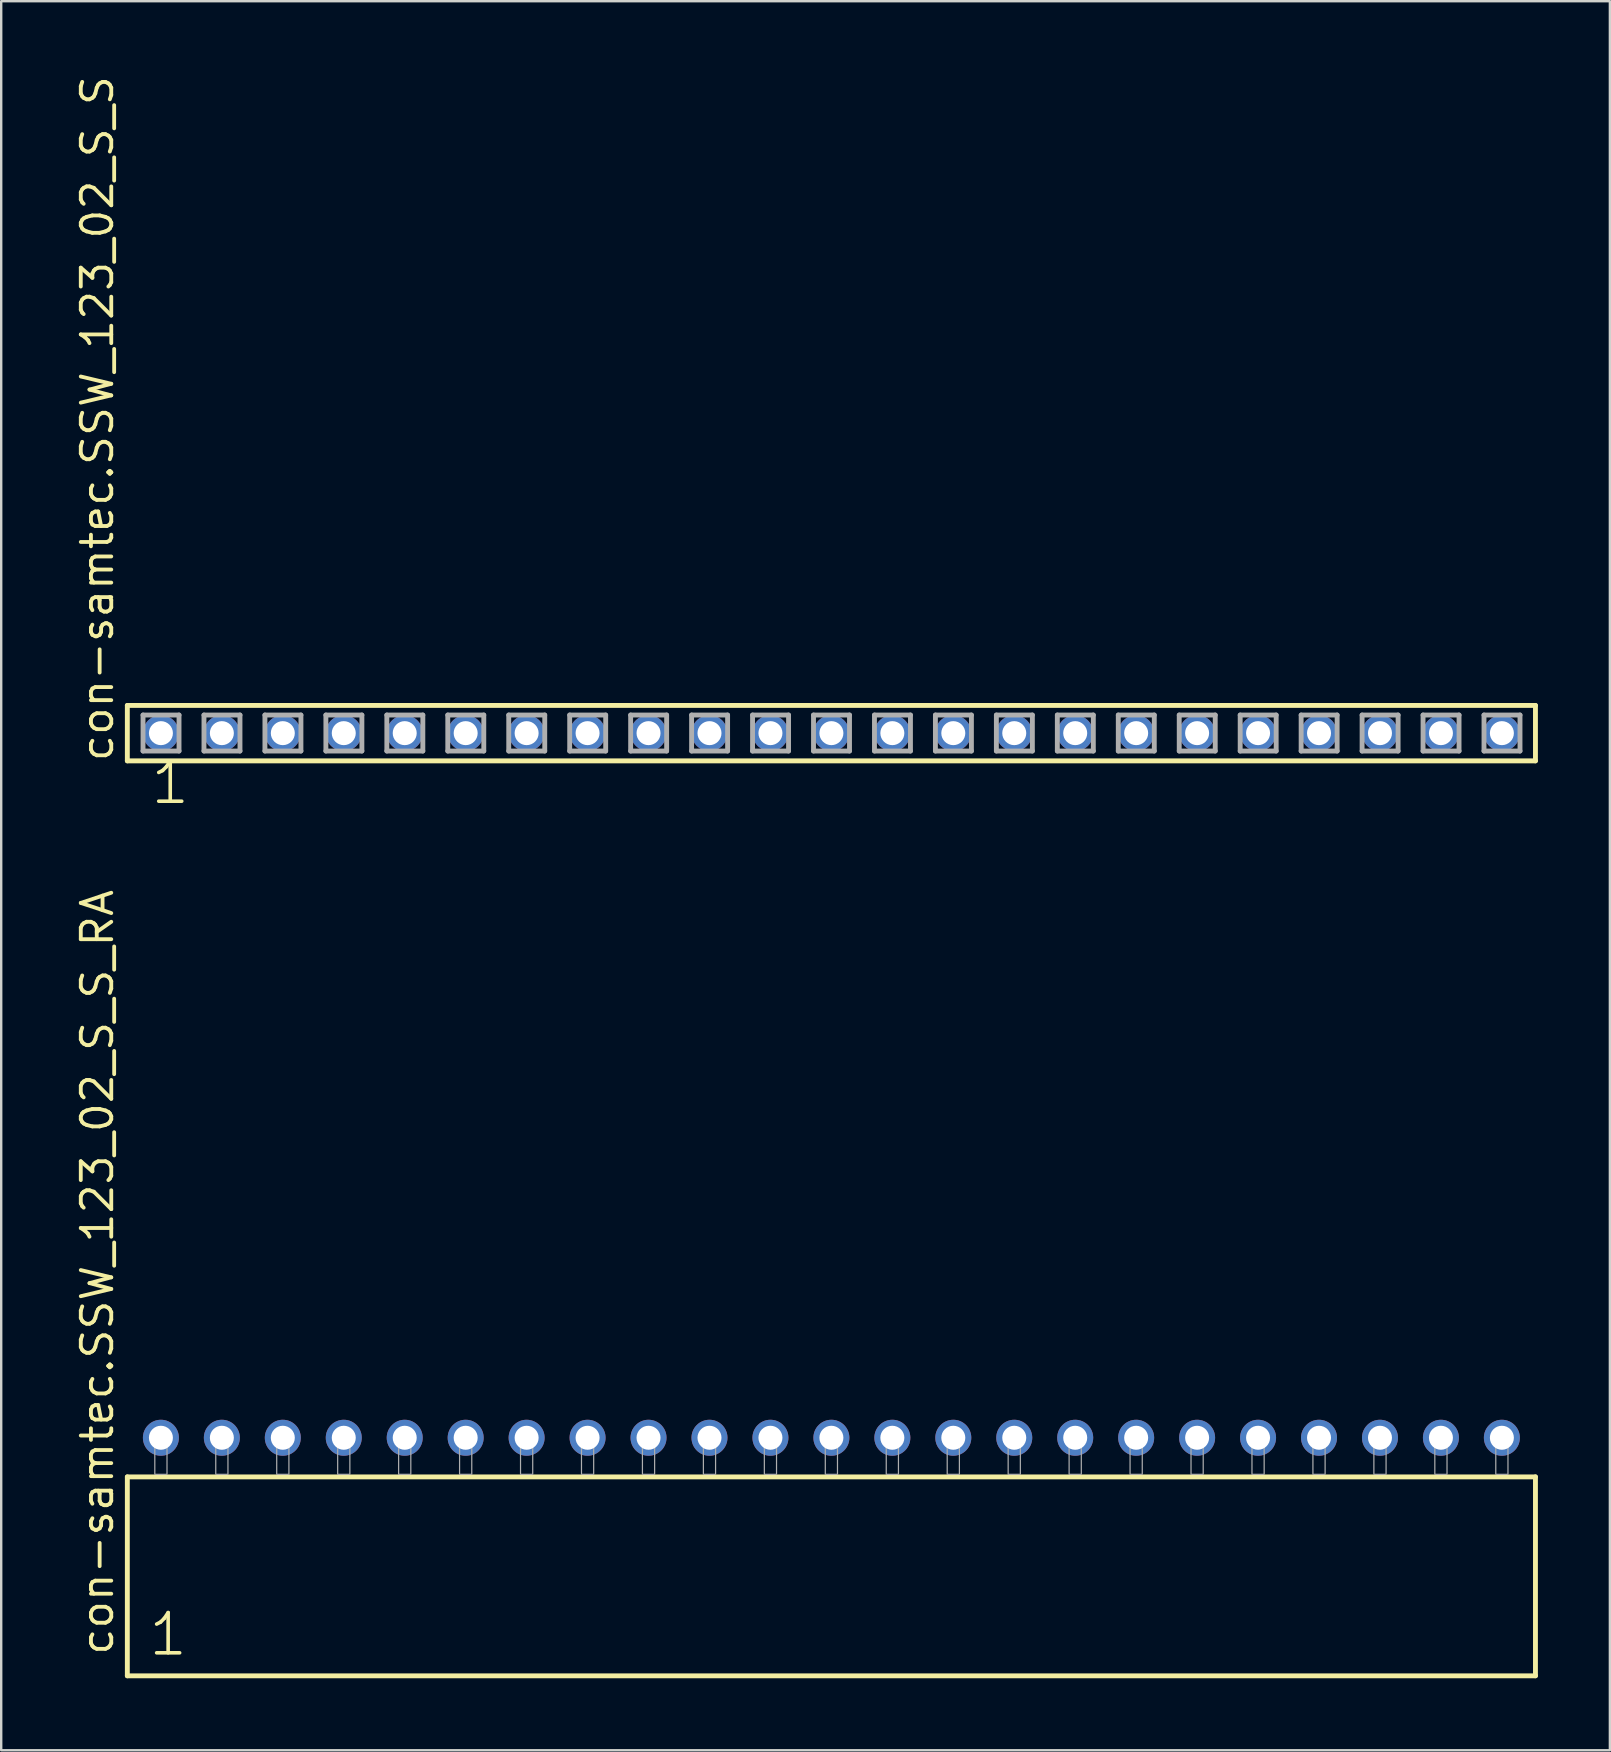
<source format=kicad_pcb>
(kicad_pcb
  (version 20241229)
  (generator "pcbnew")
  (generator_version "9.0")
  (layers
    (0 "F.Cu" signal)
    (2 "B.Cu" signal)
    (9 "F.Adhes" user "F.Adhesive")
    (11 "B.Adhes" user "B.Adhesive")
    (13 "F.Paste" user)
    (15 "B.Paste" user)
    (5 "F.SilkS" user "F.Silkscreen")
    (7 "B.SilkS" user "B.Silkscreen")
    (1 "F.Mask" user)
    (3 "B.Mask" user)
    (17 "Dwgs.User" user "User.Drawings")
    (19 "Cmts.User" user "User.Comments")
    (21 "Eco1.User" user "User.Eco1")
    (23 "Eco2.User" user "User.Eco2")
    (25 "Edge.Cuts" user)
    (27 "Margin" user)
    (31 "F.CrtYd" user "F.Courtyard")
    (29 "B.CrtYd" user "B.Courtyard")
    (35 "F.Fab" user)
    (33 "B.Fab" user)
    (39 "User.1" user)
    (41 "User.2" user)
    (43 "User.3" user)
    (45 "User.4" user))
  (footprint "con-samtec.SSW_123_02_S_S"
    (layer "F.Cu")
    (at 31.595 27.501)
    (property "Reference" "con-samtec.SSW_123_02_S_S" (at -29.845 1.27 90) (layer "F.SilkS") (effects (font (size 1.27 1.27) (thickness 0.16)) (justify left bottom)))
    (attr through_hole)
    (fp_line (start -29.339 -1.155) (end 29.339 -1.155) (stroke (width 0.203) (type default)) (layer "F.SilkS"))
    (fp_line (start -29.339 1.155) (end -29.339 -1.155) (stroke (width 0.203) (type default)) (layer "F.SilkS"))
    (fp_line (start 29.339 -1.155) (end 29.339 1.155) (stroke (width 0.203) (type default)) (layer "F.SilkS"))
    (fp_line (start 29.339 1.155) (end -29.339 1.155) (stroke (width 0.203) (type default)) (layer "F.SilkS"))
    (fp_line (start -28.685 -0.755) (end -27.185 -0.755) (stroke (width 0.203) (type default)) (layer "F.Fab"))
    (fp_line (start -28.685 0.745) (end -28.685 -0.755) (stroke (width 0.203) (type default)) (layer "F.Fab"))
    (fp_line (start -27.185 -0.755) (end -27.185 0.745) (stroke (width 0.203) (type default)) (layer "F.Fab"))
    (fp_line (start -27.185 0.745) (end -28.685 0.745) (stroke (width 0.203) (type default)) (layer "F.Fab"))
    (fp_line (start -26.145 -0.755) (end -24.645 -0.755) (stroke (width 0.203) (type default)) (layer "F.Fab"))
    (fp_line (start -26.145 0.745) (end -26.145 -0.755) (stroke (width 0.203) (type default)) (layer "F.Fab"))
    (fp_line (start -24.645 -0.755) (end -24.645 0.745) (stroke (width 0.203) (type default)) (layer "F.Fab"))
    (fp_line (start -24.645 0.745) (end -26.145 0.745) (stroke (width 0.203) (type default)) (layer "F.Fab"))
    (fp_line (start -23.605 -0.755) (end -22.105 -0.755) (stroke (width 0.203) (type default)) (layer "F.Fab"))
    (fp_line (start -23.605 0.745) (end -23.605 -0.755) (stroke (width 0.203) (type default)) (layer "F.Fab"))
    (fp_line (start -22.105 -0.755) (end -22.105 0.745) (stroke (width 0.203) (type default)) (layer "F.Fab"))
    (fp_line (start -22.105 0.745) (end -23.605 0.745) (stroke (width 0.203) (type default)) (layer "F.Fab"))
    (fp_line (start -21.065 -0.755) (end -19.565 -0.755) (stroke (width 0.203) (type default)) (layer "F.Fab"))
    (fp_line (start -21.065 0.745) (end -21.065 -0.755) (stroke (width 0.203) (type default)) (layer "F.Fab"))
    (fp_line (start -19.565 -0.755) (end -19.565 0.745) (stroke (width 0.203) (type default)) (layer "F.Fab"))
    (fp_line (start -19.565 0.745) (end -21.065 0.745) (stroke (width 0.203) (type default)) (layer "F.Fab"))
    (fp_line (start -18.525 -0.755) (end -17.025 -0.755) (stroke (width 0.203) (type default)) (layer "F.Fab"))
    (fp_line (start -18.525 0.745) (end -18.525 -0.755) (stroke (width 0.203) (type default)) (layer "F.Fab"))
    (fp_line (start -17.025 -0.755) (end -17.025 0.745) (stroke (width 0.203) (type default)) (layer "F.Fab"))
    (fp_line (start -17.025 0.745) (end -18.525 0.745) (stroke (width 0.203) (type default)) (layer "F.Fab"))
    (fp_line (start -15.985 -0.755) (end -14.485 -0.755) (stroke (width 0.203) (type default)) (layer "F.Fab"))
    (fp_line (start -15.985 0.745) (end -15.985 -0.755) (stroke (width 0.203) (type default)) (layer "F.Fab"))
    (fp_line (start -14.485 -0.755) (end -14.485 0.745) (stroke (width 0.203) (type default)) (layer "F.Fab"))
    (fp_line (start -14.485 0.745) (end -15.985 0.745) (stroke (width 0.203) (type default)) (layer "F.Fab"))
    (fp_line (start -13.445 -0.755) (end -11.945 -0.755) (stroke (width 0.203) (type default)) (layer "F.Fab"))
    (fp_line (start -13.445 0.745) (end -13.445 -0.755) (stroke (width 0.203) (type default)) (layer "F.Fab"))
    (fp_line (start -11.945 -0.755) (end -11.945 0.745) (stroke (width 0.203) (type default)) (layer "F.Fab"))
    (fp_line (start -11.945 0.745) (end -13.445 0.745) (stroke (width 0.203) (type default)) (layer "F.Fab"))
    (fp_line (start -10.905 -0.755) (end -9.405 -0.755) (stroke (width 0.203) (type default)) (layer "F.Fab"))
    (fp_line (start -10.905 0.745) (end -10.905 -0.755) (stroke (width 0.203) (type default)) (layer "F.Fab"))
    (fp_line (start -9.405 -0.755) (end -9.405 0.745) (stroke (width 0.203) (type default)) (layer "F.Fab"))
    (fp_line (start -9.405 0.745) (end -10.905 0.745) (stroke (width 0.203) (type default)) (layer "F.Fab"))
    (fp_line (start -8.365 -0.755) (end -6.865 -0.755) (stroke (width 0.203) (type default)) (layer "F.Fab"))
    (fp_line (start -8.365 0.745) (end -8.365 -0.755) (stroke (width 0.203) (type default)) (layer "F.Fab"))
    (fp_line (start -6.865 -0.755) (end -6.865 0.745) (stroke (width 0.203) (type default)) (layer "F.Fab"))
    (fp_line (start -6.865 0.745) (end -8.365 0.745) (stroke (width 0.203) (type default)) (layer "F.Fab"))
    (fp_line (start -5.825 -0.755) (end -4.325 -0.755) (stroke (width 0.203) (type default)) (layer "F.Fab"))
    (fp_line (start -5.825 0.745) (end -5.825 -0.755) (stroke (width 0.203) (type default)) (layer "F.Fab"))
    (fp_line (start -4.325 -0.755) (end -4.325 0.745) (stroke (width 0.203) (type default)) (layer "F.Fab"))
    (fp_line (start -4.325 0.745) (end -5.825 0.745) (stroke (width 0.203) (type default)) (layer "F.Fab"))
    (fp_line (start -3.285 -0.755) (end -1.785 -0.755) (stroke (width 0.203) (type default)) (layer "F.Fab"))
    (fp_line (start -3.285 0.745) (end -3.285 -0.755) (stroke (width 0.203) (type default)) (layer "F.Fab"))
    (fp_line (start -1.785 -0.755) (end -1.785 0.745) (stroke (width 0.203) (type default)) (layer "F.Fab"))
    (fp_line (start -1.785 0.745) (end -3.285 0.745) (stroke (width 0.203) (type default)) (layer "F.Fab"))
    (fp_line (start -0.745 -0.755) (end 0.755 -0.755) (stroke (width 0.203) (type default)) (layer "F.Fab"))
    (fp_line (start -0.745 0.745) (end -0.745 -0.755) (stroke (width 0.203) (type default)) (layer "F.Fab"))
    (fp_line (start 0.755 -0.755) (end 0.755 0.745) (stroke (width 0.203) (type default)) (layer "F.Fab"))
    (fp_line (start 0.755 0.745) (end -0.745 0.745) (stroke (width 0.203) (type default)) (layer "F.Fab"))
    (fp_line (start 1.795 -0.755) (end 3.295 -0.755) (stroke (width 0.203) (type default)) (layer "F.Fab"))
    (fp_line (start 1.795 0.745) (end 1.795 -0.755) (stroke (width 0.203) (type default)) (layer "F.Fab"))
    (fp_line (start 3.295 -0.755) (end 3.295 0.745) (stroke (width 0.203) (type default)) (layer "F.Fab"))
    (fp_line (start 3.295 0.745) (end 1.795 0.745) (stroke (width 0.203) (type default)) (layer "F.Fab"))
    (fp_line (start 4.335 -0.755) (end 5.835 -0.755) (stroke (width 0.203) (type default)) (layer "F.Fab"))
    (fp_line (start 4.335 0.745) (end 4.335 -0.755) (stroke (width 0.203) (type default)) (layer "F.Fab"))
    (fp_line (start 5.835 -0.755) (end 5.835 0.745) (stroke (width 0.203) (type default)) (layer "F.Fab"))
    (fp_line (start 5.835 0.745) (end 4.335 0.745) (stroke (width 0.203) (type default)) (layer "F.Fab"))
    (fp_line (start 6.875 -0.755) (end 8.375 -0.755) (stroke (width 0.203) (type default)) (layer "F.Fab"))
    (fp_line (start 6.875 0.745) (end 6.875 -0.755) (stroke (width 0.203) (type default)) (layer "F.Fab"))
    (fp_line (start 8.375 -0.755) (end 8.375 0.745) (stroke (width 0.203) (type default)) (layer "F.Fab"))
    (fp_line (start 8.375 0.745) (end 6.875 0.745) (stroke (width 0.203) (type default)) (layer "F.Fab"))
    (fp_line (start 9.415 -0.755) (end 10.915 -0.755) (stroke (width 0.203) (type default)) (layer "F.Fab"))
    (fp_line (start 9.415 0.745) (end 9.415 -0.755) (stroke (width 0.203) (type default)) (layer "F.Fab"))
    (fp_line (start 10.915 -0.755) (end 10.915 0.745) (stroke (width 0.203) (type default)) (layer "F.Fab"))
    (fp_line (start 10.915 0.745) (end 9.415 0.745) (stroke (width 0.203) (type default)) (layer "F.Fab"))
    (fp_line (start 11.955 -0.755) (end 13.455 -0.755) (stroke (width 0.203) (type default)) (layer "F.Fab"))
    (fp_line (start 11.955 0.745) (end 11.955 -0.755) (stroke (width 0.203) (type default)) (layer "F.Fab"))
    (fp_line (start 13.455 -0.755) (end 13.455 0.745) (stroke (width 0.203) (type default)) (layer "F.Fab"))
    (fp_line (start 13.455 0.745) (end 11.955 0.745) (stroke (width 0.203) (type default)) (layer "F.Fab"))
    (fp_line (start 14.495 -0.755) (end 15.995 -0.755) (stroke (width 0.203) (type default)) (layer "F.Fab"))
    (fp_line (start 14.495 0.745) (end 14.495 -0.755) (stroke (width 0.203) (type default)) (layer "F.Fab"))
    (fp_line (start 15.995 -0.755) (end 15.995 0.745) (stroke (width 0.203) (type default)) (layer "F.Fab"))
    (fp_line (start 15.995 0.745) (end 14.495 0.745) (stroke (width 0.203) (type default)) (layer "F.Fab"))
    (fp_line (start 17.035 -0.755) (end 18.535 -0.755) (stroke (width 0.203) (type default)) (layer "F.Fab"))
    (fp_line (start 17.035 0.745) (end 17.035 -0.755) (stroke (width 0.203) (type default)) (layer "F.Fab"))
    (fp_line (start 18.535 -0.755) (end 18.535 0.745) (stroke (width 0.203) (type default)) (layer "F.Fab"))
    (fp_line (start 18.535 0.745) (end 17.035 0.745) (stroke (width 0.203) (type default)) (layer "F.Fab"))
    (fp_line (start 19.575 -0.755) (end 21.075 -0.755) (stroke (width 0.203) (type default)) (layer "F.Fab"))
    (fp_line (start 19.575 0.745) (end 19.575 -0.755) (stroke (width 0.203) (type default)) (layer "F.Fab"))
    (fp_line (start 21.075 -0.755) (end 21.075 0.745) (stroke (width 0.203) (type default)) (layer "F.Fab"))
    (fp_line (start 21.075 0.745) (end 19.575 0.745) (stroke (width 0.203) (type default)) (layer "F.Fab"))
    (fp_line (start 22.115 -0.755) (end 23.615 -0.755) (stroke (width 0.203) (type default)) (layer "F.Fab"))
    (fp_line (start 22.115 0.745) (end 22.115 -0.755) (stroke (width 0.203) (type default)) (layer "F.Fab"))
    (fp_line (start 23.615 -0.755) (end 23.615 0.745) (stroke (width 0.203) (type default)) (layer "F.Fab"))
    (fp_line (start 23.615 0.745) (end 22.115 0.745) (stroke (width 0.203) (type default)) (layer "F.Fab"))
    (fp_line (start 24.655 -0.755) (end 26.155 -0.755) (stroke (width 0.203) (type default)) (layer "F.Fab"))
    (fp_line (start 24.655 0.745) (end 24.655 -0.755) (stroke (width 0.203) (type default)) (layer "F.Fab"))
    (fp_line (start 26.155 -0.755) (end 26.155 0.745) (stroke (width 0.203) (type default)) (layer "F.Fab"))
    (fp_line (start 26.155 0.745) (end 24.655 0.745) (stroke (width 0.203) (type default)) (layer "F.Fab"))
    (fp_line (start 27.195 -0.755) (end 28.695 -0.755) (stroke (width 0.203) (type default)) (layer "F.Fab"))
    (fp_line (start 27.195 0.745) (end 27.195 -0.755) (stroke (width 0.203) (type default)) (layer "F.Fab"))
    (fp_line (start 28.695 -0.755) (end 28.695 0.745) (stroke (width 0.203) (type default)) (layer "F.Fab"))
    (fp_line (start 28.695 0.745) (end 27.195 0.745) (stroke (width 0.203) (type default)) (layer "F.Fab"))
    (fp_text user "1" (at -28.448 3.048 0) (layer "F.SilkS") (effects (font (size 1.676 1.676) (thickness 0.15)) (justify left bottom)))
    (pad "1" thru_hole circle (at -27.94 0) (size 1.5 1.5) (drill 1) (layers "*.Cu" "*.Mask"))
    (pad "2" thru_hole circle (at -25.4 0) (size 1.5 1.5) (drill 1) (layers "*.Cu" "*.Mask"))
    (pad "3" thru_hole circle (at -22.86 0) (size 1.5 1.5) (drill 1) (layers "*.Cu" "*.Mask"))
    (pad "4" thru_hole circle (at -20.32 0) (size 1.5 1.5) (drill 1) (layers "*.Cu" "*.Mask"))
    (pad "5" thru_hole circle (at -17.78 0) (size 1.5 1.5) (drill 1) (layers "*.Cu" "*.Mask"))
    (pad "6" thru_hole circle (at -15.24 0) (size 1.5 1.5) (drill 1) (layers "*.Cu" "*.Mask"))
    (pad "7" thru_hole circle (at -12.7 0) (size 1.5 1.5) (drill 1) (layers "*.Cu" "*.Mask"))
    (pad "8" thru_hole circle (at -10.16 0) (size 1.5 1.5) (drill 1) (layers "*.Cu" "*.Mask"))
    (pad "9" thru_hole circle (at -7.62 0) (size 1.5 1.5) (drill 1) (layers "*.Cu" "*.Mask"))
    (pad "10" thru_hole circle (at -5.08 0) (size 1.5 1.5) (drill 1) (layers "*.Cu" "*.Mask"))
    (pad "11" thru_hole circle (at -2.54 0) (size 1.5 1.5) (drill 1) (layers "*.Cu" "*.Mask"))
    (pad "12" thru_hole circle (at 0 0) (size 1.5 1.5) (drill 1) (layers "*.Cu" "*.Mask"))
    (pad "13" thru_hole circle (at 2.54 0) (size 1.5 1.5) (drill 1) (layers "*.Cu" "*.Mask"))
    (pad "14" thru_hole circle (at 5.08 0) (size 1.5 1.5) (drill 1) (layers "*.Cu" "*.Mask"))
    (pad "15" thru_hole circle (at 7.62 0) (size 1.5 1.5) (drill 1) (layers "*.Cu" "*.Mask"))
    (pad "16" thru_hole circle (at 10.16 0) (size 1.5 1.5) (drill 1) (layers "*.Cu" "*.Mask"))
    (pad "17" thru_hole circle (at 12.7 0) (size 1.5 1.5) (drill 1) (layers "*.Cu" "*.Mask"))
    (pad "18" thru_hole circle (at 15.24 0) (size 1.5 1.5) (drill 1) (layers "*.Cu" "*.Mask"))
    (pad "19" thru_hole circle (at 17.78 0) (size 1.5 1.5) (drill 1) (layers "*.Cu" "*.Mask"))
    (pad "20" thru_hole circle (at 20.32 0) (size 1.5 1.5) (drill 1) (layers "*.Cu" "*.Mask"))
    (pad "21" thru_hole circle (at 22.86 0) (size 1.5 1.5) (drill 1) (layers "*.Cu" "*.Mask"))
    (pad "22" thru_hole circle (at 25.4 0) (size 1.5 1.5) (drill 1) (layers "*.Cu" "*.Mask"))
    (pad "23" thru_hole circle (at 27.94 0) (size 1.5 1.5) (drill 1) (layers "*.Cu" "*.Mask")))
  (footprint "con-samtec.SSW_123_02_S_S_RA"
    (layer "F.Cu")
    (at 31.595 58.387)
    (property "Reference" "con-samtec.SSW_123_02_S_S_RA" (at -29.845 7.62 90) (layer "F.SilkS") (effects (font (size 1.27 1.27) (thickness 0.16)) (justify left bottom)))
    (attr through_hole)
    (fp_line (start -29.339 0.106) (end -29.339 8.396) (stroke (width 0.203) (type default)) (layer "F.SilkS"))
    (fp_line (start -29.339 8.396) (end 29.339 8.396) (stroke (width 0.203) (type default)) (layer "F.SilkS"))
    (fp_line (start 29.339 0.106) (end -29.339 0.106) (stroke (width 0.203) (type default)) (layer "F.SilkS"))
    (fp_line (start 29.339 8.396) (end 29.339 0.106) (stroke (width 0.203) (type default)) (layer "F.SilkS"))
    (fp_rect (start -28.194 0) (end -27.686 -1.778) (stroke (width 0.05) (type default)) (fill no) (layer "F.Fab"))
    (fp_rect (start -25.654 0) (end -25.146 -1.778) (stroke (width 0.05) (type default)) (fill no) (layer "F.Fab"))
    (fp_rect (start -23.114 0) (end -22.606 -1.778) (stroke (width 0.05) (type default)) (fill no) (layer "F.Fab"))
    (fp_rect (start -20.574 0) (end -20.066 -1.778) (stroke (width 0.05) (type default)) (fill no) (layer "F.Fab"))
    (fp_rect (start -18.034 0) (end -17.526 -1.778) (stroke (width 0.05) (type default)) (fill no) (layer "F.Fab"))
    (fp_rect (start -15.494 0) (end -14.986 -1.778) (stroke (width 0.05) (type default)) (fill no) (layer "F.Fab"))
    (fp_rect (start -12.954 0) (end -12.446 -1.778) (stroke (width 0.05) (type default)) (fill no) (layer "F.Fab"))
    (fp_rect (start -10.414 0) (end -9.906 -1.778) (stroke (width 0.05) (type default)) (fill no) (layer "F.Fab"))
    (fp_rect (start -7.874 0) (end -7.366 -1.778) (stroke (width 0.05) (type default)) (fill no) (layer "F.Fab"))
    (fp_rect (start -5.334 0) (end -4.826 -1.778) (stroke (width 0.05) (type default)) (fill no) (layer "F.Fab"))
    (fp_rect (start -2.794 0) (end -2.286 -1.778) (stroke (width 0.05) (type default)) (fill no) (layer "F.Fab"))
    (fp_rect (start -0.254 0) (end 0.254 -1.778) (stroke (width 0.05) (type default)) (fill no) (layer "F.Fab"))
    (fp_rect (start 2.286 0) (end 2.794 -1.778) (stroke (width 0.05) (type default)) (fill no) (layer "F.Fab"))
    (fp_rect (start 4.826 0) (end 5.334 -1.778) (stroke (width 0.05) (type default)) (fill no) (layer "F.Fab"))
    (fp_rect (start 7.366 0) (end 7.874 -1.778) (stroke (width 0.05) (type default)) (fill no) (layer "F.Fab"))
    (fp_rect (start 9.906 0) (end 10.414 -1.778) (stroke (width 0.05) (type default)) (fill no) (layer "F.Fab"))
    (fp_rect (start 12.446 0) (end 12.954 -1.778) (stroke (width 0.05) (type default)) (fill no) (layer "F.Fab"))
    (fp_rect (start 14.986 0) (end 15.494 -1.778) (stroke (width 0.05) (type default)) (fill no) (layer "F.Fab"))
    (fp_rect (start 17.526 0) (end 18.034 -1.778) (stroke (width 0.05) (type default)) (fill no) (layer "F.Fab"))
    (fp_rect (start 20.066 0) (end 20.574 -1.778) (stroke (width 0.05) (type default)) (fill no) (layer "F.Fab"))
    (fp_rect (start 22.606 0) (end 23.114 -1.778) (stroke (width 0.05) (type default)) (fill no) (layer "F.Fab"))
    (fp_rect (start 25.146 0) (end 25.654 -1.778) (stroke (width 0.05) (type default)) (fill no) (layer "F.Fab"))
    (fp_rect (start 27.686 0) (end 28.194 -1.778) (stroke (width 0.05) (type default)) (fill no) (layer "F.Fab"))
    (fp_text user "1" (at -28.535 7.65 0) (layer "F.SilkS") (effects (font (size 1.676 1.676) (thickness 0.15)) (justify left bottom)))
    (pad "1" thru_hole circle (at -27.94 -1.524) (size 1.5 1.5) (drill 1) (layers "*.Cu" "*.Mask"))
    (pad "2" thru_hole circle (at -25.4 -1.524) (size 1.5 1.5) (drill 1) (layers "*.Cu" "*.Mask"))
    (pad "3" thru_hole circle (at -22.86 -1.524) (size 1.5 1.5) (drill 1) (layers "*.Cu" "*.Mask"))
    (pad "4" thru_hole circle (at -20.32 -1.524) (size 1.5 1.5) (drill 1) (layers "*.Cu" "*.Mask"))
    (pad "5" thru_hole circle (at -17.78 -1.524) (size 1.5 1.5) (drill 1) (layers "*.Cu" "*.Mask"))
    (pad "6" thru_hole circle (at -15.24 -1.524) (size 1.5 1.5) (drill 1) (layers "*.Cu" "*.Mask"))
    (pad "7" thru_hole circle (at -12.7 -1.524) (size 1.5 1.5) (drill 1) (layers "*.Cu" "*.Mask"))
    (pad "8" thru_hole circle (at -10.16 -1.524) (size 1.5 1.5) (drill 1) (layers "*.Cu" "*.Mask"))
    (pad "9" thru_hole circle (at -7.62 -1.524) (size 1.5 1.5) (drill 1) (layers "*.Cu" "*.Mask"))
    (pad "10" thru_hole circle (at -5.08 -1.524) (size 1.5 1.5) (drill 1) (layers "*.Cu" "*.Mask"))
    (pad "11" thru_hole circle (at -2.54 -1.524) (size 1.5 1.5) (drill 1) (layers "*.Cu" "*.Mask"))
    (pad "12" thru_hole circle (at 0 -1.524) (size 1.5 1.5) (drill 1) (layers "*.Cu" "*.Mask"))
    (pad "13" thru_hole circle (at 2.54 -1.524) (size 1.5 1.5) (drill 1) (layers "*.Cu" "*.Mask"))
    (pad "14" thru_hole circle (at 5.08 -1.524) (size 1.5 1.5) (drill 1) (layers "*.Cu" "*.Mask"))
    (pad "15" thru_hole circle (at 7.62 -1.524) (size 1.5 1.5) (drill 1) (layers "*.Cu" "*.Mask"))
    (pad "16" thru_hole circle (at 10.16 -1.524) (size 1.5 1.5) (drill 1) (layers "*.Cu" "*.Mask"))
    (pad "17" thru_hole circle (at 12.7 -1.524) (size 1.5 1.5) (drill 1) (layers "*.Cu" "*.Mask"))
    (pad "18" thru_hole circle (at 15.24 -1.524) (size 1.5 1.5) (drill 1) (layers "*.Cu" "*.Mask"))
    (pad "19" thru_hole circle (at 17.78 -1.524) (size 1.5 1.5) (drill 1) (layers "*.Cu" "*.Mask"))
    (pad "20" thru_hole circle (at 20.32 -1.524) (size 1.5 1.5) (drill 1) (layers "*.Cu" "*.Mask"))
    (pad "21" thru_hole circle (at 22.86 -1.524) (size 1.5 1.5) (drill 1) (layers "*.Cu" "*.Mask"))
    (pad "22" thru_hole circle (at 25.4 -1.524) (size 1.5 1.5) (drill 1) (layers "*.Cu" "*.Mask"))
    (pad "23" thru_hole circle (at 27.94 -1.524) (size 1.5 1.5) (drill 1) (layers "*.Cu" "*.Mask")))
  (gr_rect
    (start -3 -3)
    (end 64.036 69.885)
    (stroke (width 0.1) (type default))
    (fill no)
    (layer "Edge.Cuts")))
</source>
